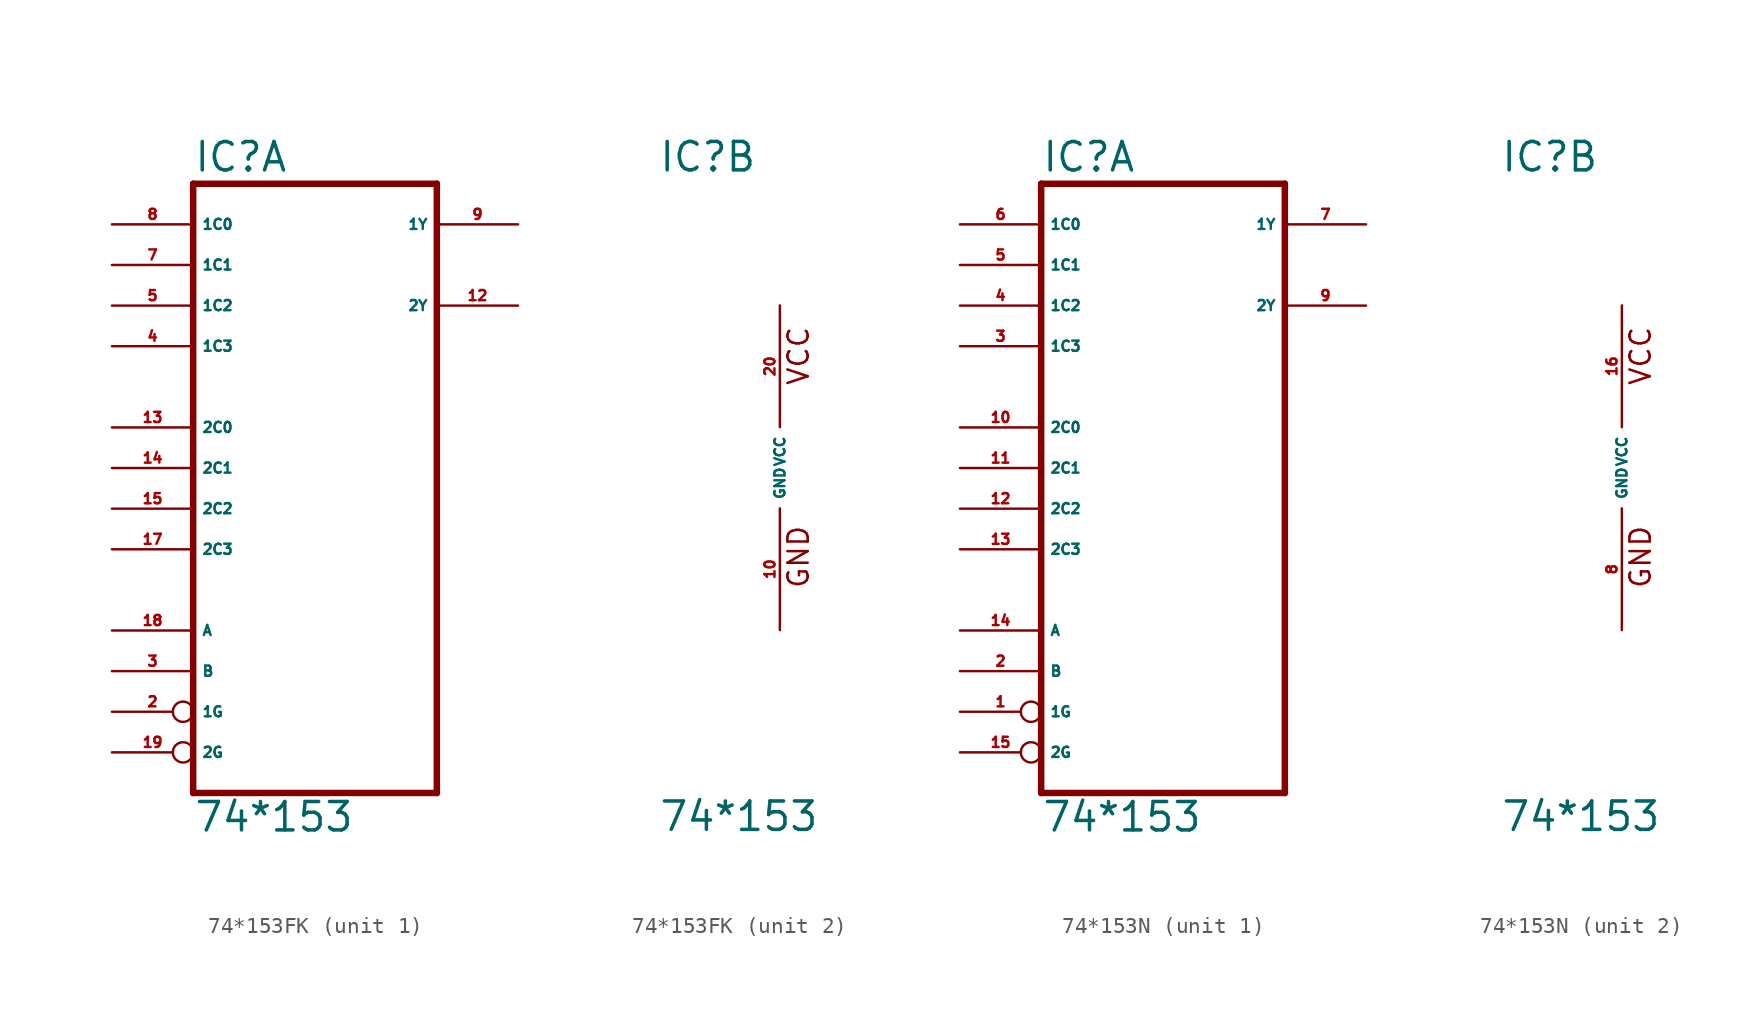
<source format=kicad_sym>
(kicad_symbol_lib
  (version 20220914)
  (generator Eagle2Kicad)
  (symbol "74*153FK"
    (property "Reference" "IC"
      (at -7.62 18.415 0)
      (effects (font (size 1.778 1.778) (thickness 0.22)) (justify left bottom)))
    (property "Value" "74*153"
      (at -7.62 -22.86 0)
      (effects (font (size 1.778 1.778) (thickness 0.22)) (justify left bottom)))
    (symbol "74*153FK_1_0"
      (polyline (pts (xy -7.62 -20.32) (xy 7.62 -20.32)) (stroke (width 0.406) (type default)) (fill (type none)))
      (polyline (pts (xy 7.62 -20.32) (xy 7.62 17.78)) (stroke (width 0.406) (type default)) (fill (type none)))
      (polyline (pts (xy 7.62 17.78) (xy -7.62 17.78)) (stroke (width 0.406) (type default)) (fill (type none)))
      (polyline (pts (xy -7.62 17.78) (xy -7.62 -20.32)) (stroke (width 0.406) (type default)) (fill (type none)))
      (pin input inverted (at -12.7 -15.24 0) (length 5.08) (name "1G" (effects (font (size 0.635 0.635) (thickness 0.08)) (justify left bottom))) (number "2" (effects (font (size 0.635 0.635) (thickness 0.08)) (justify left bottom))))
      (pin input line (at -12.7 -12.7 0) (length 5.08) (name "B" (effects (font (size 0.635 0.635) (thickness 0.08)) (justify left bottom))) (number "3" (effects (font (size 0.635 0.635) (thickness 0.08)) (justify left bottom))))
      (pin input line (at -12.7 7.62 0) (length 5.08) (name "1C3" (effects (font (size 0.635 0.635) (thickness 0.08)) (justify left bottom))) (number "4" (effects (font (size 0.635 0.635) (thickness 0.08)) (justify left bottom))))
      (pin input line (at -12.7 10.16 0) (length 5.08) (name "1C2" (effects (font (size 0.635 0.635) (thickness 0.08)) (justify left bottom))) (number "5" (effects (font (size 0.635 0.635) (thickness 0.08)) (justify left bottom))))
      (pin input line (at -12.7 12.7 0) (length 5.08) (name "1C1" (effects (font (size 0.635 0.635) (thickness 0.08)) (justify left bottom))) (number "7" (effects (font (size 0.635 0.635) (thickness 0.08)) (justify left bottom))))
      (pin input line (at -12.7 15.24 0) (length 5.08) (name "1C0" (effects (font (size 0.635 0.635) (thickness 0.08)) (justify left bottom))) (number "8" (effects (font (size 0.635 0.635) (thickness 0.08)) (justify left bottom))))
      (pin output line (at 12.7 15.24 180) (length 5.08) (name "1Y" (effects (font (size 0.635 0.635) (thickness 0.08)) (justify left bottom))) (number "9" (effects (font (size 0.635 0.635) (thickness 0.08)) (justify left bottom))))
      (pin output line (at 12.7 10.16 180) (length 5.08) (name "2Y" (effects (font (size 0.635 0.635) (thickness 0.08)) (justify left bottom))) (number "12" (effects (font (size 0.635 0.635) (thickness 0.08)) (justify left bottom))))
      (pin input line (at -12.7 2.54 0) (length 5.08) (name "2C0" (effects (font (size 0.635 0.635) (thickness 0.08)) (justify left bottom))) (number "13" (effects (font (size 0.635 0.635) (thickness 0.08)) (justify left bottom))))
      (pin input line (at -12.7 0 0) (length 5.08) (name "2C1" (effects (font (size 0.635 0.635) (thickness 0.08)) (justify left bottom))) (number "14" (effects (font (size 0.635 0.635) (thickness 0.08)) (justify left bottom))))
      (pin input line (at -12.7 -2.54 0) (length 5.08) (name "2C2" (effects (font (size 0.635 0.635) (thickness 0.08)) (justify left bottom))) (number "15" (effects (font (size 0.635 0.635) (thickness 0.08)) (justify left bottom))))
      (pin input line (at -12.7 -5.08 0) (length 5.08) (name "2C3" (effects (font (size 0.635 0.635) (thickness 0.08)) (justify left bottom))) (number "17" (effects (font (size 0.635 0.635) (thickness 0.08)) (justify left bottom))))
      (pin input line (at -12.7 -10.16 0) (length 5.08) (name "A" (effects (font (size 0.635 0.635) (thickness 0.08)) (justify left bottom))) (number "18" (effects (font (size 0.635 0.635) (thickness 0.08)) (justify left bottom))))
      (pin input inverted (at -12.7 -17.78 0) (length 5.08) (name "2G" (effects (font (size 0.635 0.635) (thickness 0.08)) (justify left bottom))) (number "19" (effects (font (size 0.635 0.635) (thickness 0.08)) (justify left bottom)))))
    (symbol "74*153FK_2_0"
      (text "GND" (at 1.905 -7.62 900) (effects (font (size 1.27 1.27) (thickness 0.16)) (justify left bottom)))
      (text "VCC" (at 1.905 5.08 900) (effects (font (size 1.27 1.27) (thickness 0.16)) (justify left bottom)))
      (pin unspecified line (at 0 -10.16 90) (length 7.62) (name "GND" (effects (font (size 0.635 0.635) (thickness 0.08)) (justify left bottom))) (number "10" (effects (font (size 0.635 0.635) (thickness 0.08)) (justify left bottom))))
      (pin unspecified line (at 0 10.16 270) (length 7.62) (name "VCC" (effects (font (size 0.635 0.635) (thickness 0.08)) (justify left bottom))) (number "20" (effects (font (size 0.635 0.635) (thickness 0.08)) (justify left bottom))))))
  (symbol "74*153N"
    (property "Reference" "IC"
      (at -7.62 18.415 0)
      (effects (font (size 1.778 1.778) (thickness 0.22)) (justify left bottom)))
    (property "Value" "74*153"
      (at -7.62 -22.86 0)
      (effects (font (size 1.778 1.778) (thickness 0.22)) (justify left bottom)))
    (symbol "74*153N_1_0"
      (polyline (pts (xy -7.62 -20.32) (xy 7.62 -20.32)) (stroke (width 0.406) (type default)) (fill (type none)))
      (polyline (pts (xy 7.62 -20.32) (xy 7.62 17.78)) (stroke (width 0.406) (type default)) (fill (type none)))
      (polyline (pts (xy 7.62 17.78) (xy -7.62 17.78)) (stroke (width 0.406) (type default)) (fill (type none)))
      (polyline (pts (xy -7.62 17.78) (xy -7.62 -20.32)) (stroke (width 0.406) (type default)) (fill (type none)))
      (pin input inverted (at -12.7 -15.24 0) (length 5.08) (name "1G" (effects (font (size 0.635 0.635) (thickness 0.08)) (justify left bottom))) (number "1" (effects (font (size 0.635 0.635) (thickness 0.08)) (justify left bottom))))
      (pin input line (at -12.7 -12.7 0) (length 5.08) (name "B" (effects (font (size 0.635 0.635) (thickness 0.08)) (justify left bottom))) (number "2" (effects (font (size 0.635 0.635) (thickness 0.08)) (justify left bottom))))
      (pin input line (at -12.7 7.62 0) (length 5.08) (name "1C3" (effects (font (size 0.635 0.635) (thickness 0.08)) (justify left bottom))) (number "3" (effects (font (size 0.635 0.635) (thickness 0.08)) (justify left bottom))))
      (pin input line (at -12.7 10.16 0) (length 5.08) (name "1C2" (effects (font (size 0.635 0.635) (thickness 0.08)) (justify left bottom))) (number "4" (effects (font (size 0.635 0.635) (thickness 0.08)) (justify left bottom))))
      (pin input line (at -12.7 12.7 0) (length 5.08) (name "1C1" (effects (font (size 0.635 0.635) (thickness 0.08)) (justify left bottom))) (number "5" (effects (font (size 0.635 0.635) (thickness 0.08)) (justify left bottom))))
      (pin input line (at -12.7 15.24 0) (length 5.08) (name "1C0" (effects (font (size 0.635 0.635) (thickness 0.08)) (justify left bottom))) (number "6" (effects (font (size 0.635 0.635) (thickness 0.08)) (justify left bottom))))
      (pin output line (at 12.7 15.24 180) (length 5.08) (name "1Y" (effects (font (size 0.635 0.635) (thickness 0.08)) (justify left bottom))) (number "7" (effects (font (size 0.635 0.635) (thickness 0.08)) (justify left bottom))))
      (pin output line (at 12.7 10.16 180) (length 5.08) (name "2Y" (effects (font (size 0.635 0.635) (thickness 0.08)) (justify left bottom))) (number "9" (effects (font (size 0.635 0.635) (thickness 0.08)) (justify left bottom))))
      (pin input line (at -12.7 2.54 0) (length 5.08) (name "2C0" (effects (font (size 0.635 0.635) (thickness 0.08)) (justify left bottom))) (number "10" (effects (font (size 0.635 0.635) (thickness 0.08)) (justify left bottom))))
      (pin input line (at -12.7 0 0) (length 5.08) (name "2C1" (effects (font (size 0.635 0.635) (thickness 0.08)) (justify left bottom))) (number "11" (effects (font (size 0.635 0.635) (thickness 0.08)) (justify left bottom))))
      (pin input line (at -12.7 -2.54 0) (length 5.08) (name "2C2" (effects (font (size 0.635 0.635) (thickness 0.08)) (justify left bottom))) (number "12" (effects (font (size 0.635 0.635) (thickness 0.08)) (justify left bottom))))
      (pin input line (at -12.7 -5.08 0) (length 5.08) (name "2C3" (effects (font (size 0.635 0.635) (thickness 0.08)) (justify left bottom))) (number "13" (effects (font (size 0.635 0.635) (thickness 0.08)) (justify left bottom))))
      (pin input line (at -12.7 -10.16 0) (length 5.08) (name "A" (effects (font (size 0.635 0.635) (thickness 0.08)) (justify left bottom))) (number "14" (effects (font (size 0.635 0.635) (thickness 0.08)) (justify left bottom))))
      (pin input inverted (at -12.7 -17.78 0) (length 5.08) (name "2G" (effects (font (size 0.635 0.635) (thickness 0.08)) (justify left bottom))) (number "15" (effects (font (size 0.635 0.635) (thickness 0.08)) (justify left bottom)))))
    (symbol "74*153N_2_0"
      (text "GND" (at 1.905 -7.62 900) (effects (font (size 1.27 1.27) (thickness 0.16)) (justify left bottom)))
      (text "VCC" (at 1.905 5.08 900) (effects (font (size 1.27 1.27) (thickness 0.16)) (justify left bottom)))
      (pin unspecified line (at 0 -10.16 90) (length 7.62) (name "GND" (effects (font (size 0.635 0.635) (thickness 0.08)) (justify left bottom))) (number "8" (effects (font (size 0.635 0.635) (thickness 0.08)) (justify left bottom))))
      (pin unspecified line (at 0 10.16 270) (length 7.62) (name "VCC" (effects (font (size 0.635 0.635) (thickness 0.08)) (justify left bottom))) (number "16" (effects (font (size 0.635 0.635) (thickness 0.08)) (justify left bottom)))))))
</source>
